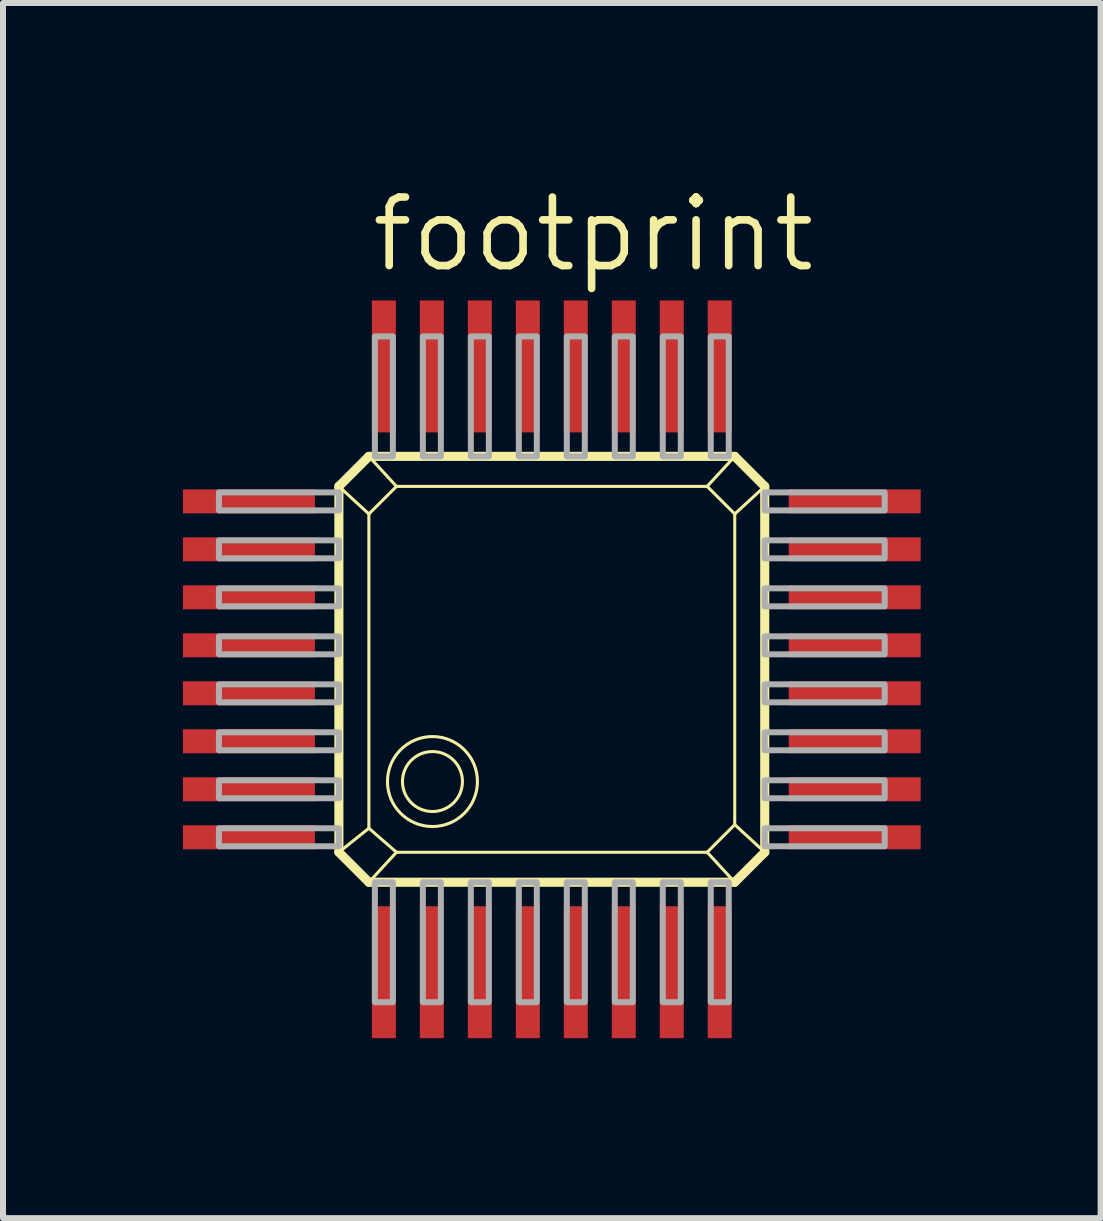
<source format=kicad_pcb>
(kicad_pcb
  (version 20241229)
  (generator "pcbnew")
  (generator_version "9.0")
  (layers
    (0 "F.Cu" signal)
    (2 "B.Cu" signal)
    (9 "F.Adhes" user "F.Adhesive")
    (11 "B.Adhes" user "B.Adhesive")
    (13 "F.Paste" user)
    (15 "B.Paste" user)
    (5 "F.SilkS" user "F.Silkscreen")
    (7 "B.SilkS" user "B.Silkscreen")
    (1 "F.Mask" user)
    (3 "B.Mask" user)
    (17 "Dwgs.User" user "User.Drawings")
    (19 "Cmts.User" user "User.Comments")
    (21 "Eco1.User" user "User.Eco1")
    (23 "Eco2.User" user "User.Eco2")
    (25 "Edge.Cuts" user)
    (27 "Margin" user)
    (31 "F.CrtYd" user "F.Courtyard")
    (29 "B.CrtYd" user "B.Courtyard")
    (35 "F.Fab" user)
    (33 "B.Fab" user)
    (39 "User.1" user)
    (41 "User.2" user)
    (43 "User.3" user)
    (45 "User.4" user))
  (footprint "footprint"
    (layer "F.Cu")
    (at 6.15 8.109)
    (property "Reference" "footprint" (at -3.067 -6.585 0) (layer "F.SilkS") (effects (font (size 1.143 1.143) (thickness 0.127)) (justify left bottom)))
    (fp_line (start -3.55 -3.05) (end -3.05 -3.55) (stroke (width 0.152) (type solid)) (layer "F.SilkS"))
    (fp_line (start -3.55 -3.05) (end -3.05 -2.59) (stroke (width 0.051) (type solid)) (layer "F.SilkS"))
    (fp_line (start -3.55 3.05) (end -3.55 -3.05) (stroke (width 0.152) (type solid)) (layer "F.SilkS"))
    (fp_line (start -3.05 -3.55) (end -2.59 -3.05) (stroke (width 0.051) (type solid)) (layer "F.SilkS"))
    (fp_line (start -3.05 -3.55) (end 3.05 -3.55) (stroke (width 0.152) (type solid)) (layer "F.SilkS"))
    (fp_line (start -3.05 -2.59) (end -2.59 -3.05) (stroke (width 0.051) (type solid)) (layer "F.SilkS"))
    (fp_line (start -3.05 2.65) (end -3.55 3.05) (stroke (width 0.051) (type solid)) (layer "F.SilkS"))
    (fp_line (start -3.05 2.65) (end -3.05 -2.59) (stroke (width 0.051) (type solid)) (layer "F.SilkS"))
    (fp_line (start -3.05 3.55) (end -3.55 3.05) (stroke (width 0.152) (type solid)) (layer "F.SilkS"))
    (fp_line (start -3.05 3.55) (end -2.59 3.05) (stroke (width 0.051) (type solid)) (layer "F.SilkS"))
    (fp_line (start -2.59 -3.05) (end 2.59 -3.05) (stroke (width 0.051) (type solid)) (layer "F.SilkS"))
    (fp_line (start -2.59 3.05) (end -3.05 2.65) (stroke (width 0.051) (type solid)) (layer "F.SilkS"))
    (fp_line (start 2.59 -3.05) (end 3.05 -2.59) (stroke (width 0.051) (type solid)) (layer "F.SilkS"))
    (fp_line (start 2.59 3.05) (end -2.59 3.05) (stroke (width 0.051) (type solid)) (layer "F.SilkS"))
    (fp_line (start 3.05 -3.55) (end 2.59 -3.05) (stroke (width 0.051) (type solid)) (layer "F.SilkS"))
    (fp_line (start 3.05 -3.55) (end 3.55 -3.05) (stroke (width 0.152) (type solid)) (layer "F.SilkS"))
    (fp_line (start 3.05 -2.59) (end 3.05 2.59) (stroke (width 0.051) (type solid)) (layer "F.SilkS"))
    (fp_line (start 3.05 2.59) (end 2.59 3.05) (stroke (width 0.051) (type solid)) (layer "F.SilkS"))
    (fp_line (start 3.05 3.55) (end -3.05 3.55) (stroke (width 0.152) (type solid)) (layer "F.SilkS"))
    (fp_line (start 3.05 3.55) (end 2.59 3.05) (stroke (width 0.051) (type solid)) (layer "F.SilkS"))
    (fp_line (start 3.55 -3.05) (end 3.05 -2.59) (stroke (width 0.051) (type solid)) (layer "F.SilkS"))
    (fp_line (start 3.55 -3.05) (end 3.55 3.05) (stroke (width 0.152) (type solid)) (layer "F.SilkS"))
    (fp_line (start 3.55 3.05) (end 3.05 2.59) (stroke (width 0.051) (type solid)) (layer "F.SilkS"))
    (fp_line (start 3.55 3.05) (end 3.05 3.55) (stroke (width 0.152) (type solid)) (layer "F.SilkS"))
    (fp_circle (center -1.99 1.871) (end -1.49 1.871) (stroke (width 0.051) (type solid)) (fill no) (layer "F.SilkS"))
    (fp_circle (center -1.99 1.871) (end -1.24 1.871) (stroke (width 0.051) (type solid)) (fill no) (layer "F.SilkS"))
    (fp_poly (pts (xy -5.55 -2.65) (xy -3.55 -2.65) (xy -3.55 -2.95) (xy -5.55 -2.95)) (stroke (width 0.1) (type solid)) (fill no) (layer "F.Fab"))
    (fp_poly (pts (xy -5.55 -1.85) (xy -3.55 -1.85) (xy -3.55 -2.15) (xy -5.55 -2.15)) (stroke (width 0.1) (type solid)) (fill no) (layer "F.Fab"))
    (fp_poly (pts (xy -5.55 -1.05) (xy -3.55 -1.05) (xy -3.55 -1.35) (xy -5.55 -1.35)) (stroke (width 0.1) (type solid)) (fill no) (layer "F.Fab"))
    (fp_poly (pts (xy -5.55 -0.25) (xy -3.55 -0.25) (xy -3.55 -0.55) (xy -5.55 -0.55)) (stroke (width 0.1) (type solid)) (fill no) (layer "F.Fab"))
    (fp_poly (pts (xy -5.55 0.55) (xy -3.55 0.55) (xy -3.55 0.25) (xy -5.55 0.25)) (stroke (width 0.1) (type solid)) (fill no) (layer "F.Fab"))
    (fp_poly (pts (xy -5.55 1.35) (xy -3.55 1.35) (xy -3.55 1.05) (xy -5.55 1.05)) (stroke (width 0.1) (type solid)) (fill no) (layer "F.Fab"))
    (fp_poly (pts (xy -5.55 2.15) (xy -3.55 2.15) (xy -3.55 1.85) (xy -5.55 1.85)) (stroke (width 0.1) (type solid)) (fill no) (layer "F.Fab"))
    (fp_poly (pts (xy -5.55 2.95) (xy -3.55 2.95) (xy -3.55 2.65) (xy -5.55 2.65)) (stroke (width 0.1) (type solid)) (fill no) (layer "F.Fab"))
    (fp_poly (pts (xy -2.95 -3.55) (xy -2.65 -3.55) (xy -2.65 -5.55) (xy -2.95 -5.55)) (stroke (width 0.1) (type solid)) (fill no) (layer "F.Fab"))
    (fp_poly (pts (xy -2.95 5.55) (xy -2.65 5.55) (xy -2.65 3.55) (xy -2.95 3.55)) (stroke (width 0.1) (type solid)) (fill no) (layer "F.Fab"))
    (fp_poly (pts (xy -2.15 -3.55) (xy -1.85 -3.55) (xy -1.85 -5.55) (xy -2.15 -5.55)) (stroke (width 0.1) (type solid)) (fill no) (layer "F.Fab"))
    (fp_poly (pts (xy -2.15 5.55) (xy -1.85 5.55) (xy -1.85 3.55) (xy -2.15 3.55)) (stroke (width 0.1) (type solid)) (fill no) (layer "F.Fab"))
    (fp_poly (pts (xy -1.35 -3.55) (xy -1.05 -3.55) (xy -1.05 -5.55) (xy -1.35 -5.55)) (stroke (width 0.1) (type solid)) (fill no) (layer "F.Fab"))
    (fp_poly (pts (xy -1.35 5.55) (xy -1.05 5.55) (xy -1.05 3.55) (xy -1.35 3.55)) (stroke (width 0.1) (type solid)) (fill no) (layer "F.Fab"))
    (fp_poly (pts (xy -0.55 -3.55) (xy -0.25 -3.55) (xy -0.25 -5.55) (xy -0.55 -5.55)) (stroke (width 0.1) (type solid)) (fill no) (layer "F.Fab"))
    (fp_poly (pts (xy -0.55 5.55) (xy -0.25 5.55) (xy -0.25 3.55) (xy -0.55 3.55)) (stroke (width 0.1) (type solid)) (fill no) (layer "F.Fab"))
    (fp_poly (pts (xy 0.25 -3.55) (xy 0.55 -3.55) (xy 0.55 -5.55) (xy 0.25 -5.55)) (stroke (width 0.1) (type solid)) (fill no) (layer "F.Fab"))
    (fp_poly (pts (xy 0.25 5.55) (xy 0.55 5.55) (xy 0.55 3.55) (xy 0.25 3.55)) (stroke (width 0.1) (type solid)) (fill no) (layer "F.Fab"))
    (fp_poly (pts (xy 1.05 -3.55) (xy 1.35 -3.55) (xy 1.35 -5.55) (xy 1.05 -5.55)) (stroke (width 0.1) (type solid)) (fill no) (layer "F.Fab"))
    (fp_poly (pts (xy 1.05 5.55) (xy 1.35 5.55) (xy 1.35 3.55) (xy 1.05 3.55)) (stroke (width 0.1) (type solid)) (fill no) (layer "F.Fab"))
    (fp_poly (pts (xy 1.85 -3.55) (xy 2.15 -3.55) (xy 2.15 -5.55) (xy 1.85 -5.55)) (stroke (width 0.1) (type solid)) (fill no) (layer "F.Fab"))
    (fp_poly (pts (xy 1.85 5.55) (xy 2.15 5.55) (xy 2.15 3.55) (xy 1.85 3.55)) (stroke (width 0.1) (type solid)) (fill no) (layer "F.Fab"))
    (fp_poly (pts (xy 2.65 -3.55) (xy 2.95 -3.55) (xy 2.95 -5.55) (xy 2.65 -5.55)) (stroke (width 0.1) (type solid)) (fill no) (layer "F.Fab"))
    (fp_poly (pts (xy 2.65 5.55) (xy 2.95 5.55) (xy 2.95 3.55) (xy 2.65 3.55)) (stroke (width 0.1) (type solid)) (fill no) (layer "F.Fab"))
    (fp_poly (pts (xy 3.55 -2.65) (xy 5.55 -2.65) (xy 5.55 -2.95) (xy 3.55 -2.95)) (stroke (width 0.1) (type solid)) (fill no) (layer "F.Fab"))
    (fp_poly (pts (xy 3.55 -1.85) (xy 5.55 -1.85) (xy 5.55 -2.15) (xy 3.55 -2.15)) (stroke (width 0.1) (type solid)) (fill no) (layer "F.Fab"))
    (fp_poly (pts (xy 3.55 -1.05) (xy 5.55 -1.05) (xy 5.55 -1.35) (xy 3.55 -1.35)) (stroke (width 0.1) (type solid)) (fill no) (layer "F.Fab"))
    (fp_poly (pts (xy 3.55 -0.25) (xy 5.55 -0.25) (xy 5.55 -0.55) (xy 3.55 -0.55)) (stroke (width 0.1) (type solid)) (fill no) (layer "F.Fab"))
    (fp_poly (pts (xy 3.55 0.55) (xy 5.55 0.55) (xy 5.55 0.25) (xy 3.55 0.25)) (stroke (width 0.1) (type solid)) (fill no) (layer "F.Fab"))
    (fp_poly (pts (xy 3.55 1.35) (xy 5.55 1.35) (xy 5.55 1.05) (xy 3.55 1.05)) (stroke (width 0.1) (type solid)) (fill no) (layer "F.Fab"))
    (fp_poly (pts (xy 3.55 2.15) (xy 5.55 2.15) (xy 5.55 1.85) (xy 3.55 1.85)) (stroke (width 0.1) (type solid)) (fill no) (layer "F.Fab"))
    (fp_poly (pts (xy 3.55 2.95) (xy 5.55 2.95) (xy 5.55 2.65) (xy 3.55 2.65)) (stroke (width 0.1) (type solid)) (fill no) (layer "F.Fab"))
    (pad "1" smd rect (at -2.8 5.05) (size 0.4 2.2) (layers "F.Cu" "F.Mask" "F.Paste"))
    (pad "2" smd rect (at -2 5.05) (size 0.4 2.2) (layers "F.Cu" "F.Mask" "F.Paste"))
    (pad "3" smd rect (at -1.2 5.05) (size 0.4 2.2) (layers "F.Cu" "F.Mask" "F.Paste"))
    (pad "4" smd rect (at -0.4 5.05) (size 0.4 2.2) (layers "F.Cu" "F.Mask" "F.Paste"))
    (pad "5" smd rect (at 0.4 5.05) (size 0.4 2.2) (layers "F.Cu" "F.Mask" "F.Paste"))
    (pad "6" smd rect (at 1.2 5.05) (size 0.4 2.2) (layers "F.Cu" "F.Mask" "F.Paste"))
    (pad "7" smd rect (at 2 5.05) (size 0.4 2.2) (layers "F.Cu" "F.Mask" "F.Paste"))
    (pad "8" smd rect (at 2.8 5.05) (size 0.4 2.2) (layers "F.Cu" "F.Mask" "F.Paste"))
    (pad "9" smd rect (at 5.05 2.8) (size 2.2 0.4) (layers "F.Cu" "F.Mask" "F.Paste"))
    (pad "10" smd rect (at 5.05 2) (size 2.2 0.4) (layers "F.Cu" "F.Mask" "F.Paste"))
    (pad "11" smd rect (at 5.05 1.2) (size 2.2 0.4) (layers "F.Cu" "F.Mask" "F.Paste"))
    (pad "12" smd rect (at 5.05 0.4) (size 2.2 0.4) (layers "F.Cu" "F.Mask" "F.Paste"))
    (pad "13" smd rect (at 5.05 -0.4) (size 2.2 0.4) (layers "F.Cu" "F.Mask" "F.Paste"))
    (pad "14" smd rect (at 5.05 -1.2) (size 2.2 0.4) (layers "F.Cu" "F.Mask" "F.Paste"))
    (pad "15" smd rect (at 5.05 -2) (size 2.2 0.4) (layers "F.Cu" "F.Mask" "F.Paste"))
    (pad "16" smd rect (at 5.05 -2.8) (size 2.2 0.4) (layers "F.Cu" "F.Mask" "F.Paste"))
    (pad "17" smd rect (at 2.8 -5.05) (size 0.4 2.2) (layers "F.Cu" "F.Mask" "F.Paste"))
    (pad "18" smd rect (at 2 -5.05) (size 0.4 2.2) (layers "F.Cu" "F.Mask" "F.Paste"))
    (pad "19" smd rect (at 1.2 -5.05) (size 0.4 2.2) (layers "F.Cu" "F.Mask" "F.Paste"))
    (pad "20" smd rect (at 0.4 -5.05) (size 0.4 2.2) (layers "F.Cu" "F.Mask" "F.Paste"))
    (pad "21" smd rect (at -0.4 -5.05) (size 0.4 2.2) (layers "F.Cu" "F.Mask" "F.Paste"))
    (pad "22" smd rect (at -1.2 -5.05) (size 0.4 2.2) (layers "F.Cu" "F.Mask" "F.Paste"))
    (pad "23" smd rect (at -2 -5.05) (size 0.4 2.2) (layers "F.Cu" "F.Mask" "F.Paste"))
    (pad "24" smd rect (at -2.8 -5.05) (size 0.4 2.2) (layers "F.Cu" "F.Mask" "F.Paste"))
    (pad "25" smd rect (at -5.05 -2.8) (size 2.2 0.4) (layers "F.Cu" "F.Mask" "F.Paste"))
    (pad "26" smd rect (at -5.05 -2) (size 2.2 0.4) (layers "F.Cu" "F.Mask" "F.Paste"))
    (pad "27" smd rect (at -5.05 -1.2) (size 2.2 0.4) (layers "F.Cu" "F.Mask" "F.Paste"))
    (pad "28" smd rect (at -5.05 -0.4) (size 2.2 0.4) (layers "F.Cu" "F.Mask" "F.Paste"))
    (pad "29" smd rect (at -5.05 0.4) (size 2.2 0.4) (layers "F.Cu" "F.Mask" "F.Paste"))
    (pad "30" smd rect (at -5.05 1.2) (size 2.2 0.4) (layers "F.Cu" "F.Mask" "F.Paste"))
    (pad "31" smd rect (at -5.05 2) (size 2.2 0.4) (layers "F.Cu" "F.Mask" "F.Paste"))
    (pad "32" smd rect (at -5.05 2.8) (size 2.2 0.4) (layers "F.Cu" "F.Mask" "F.Paste")))
  (gr_rect
    (start -3 -3)
    (end 15.3 17.259)
    (stroke (width 0.1) (type default))
    (fill no)
    (layer "Edge.Cuts")))
</source>
